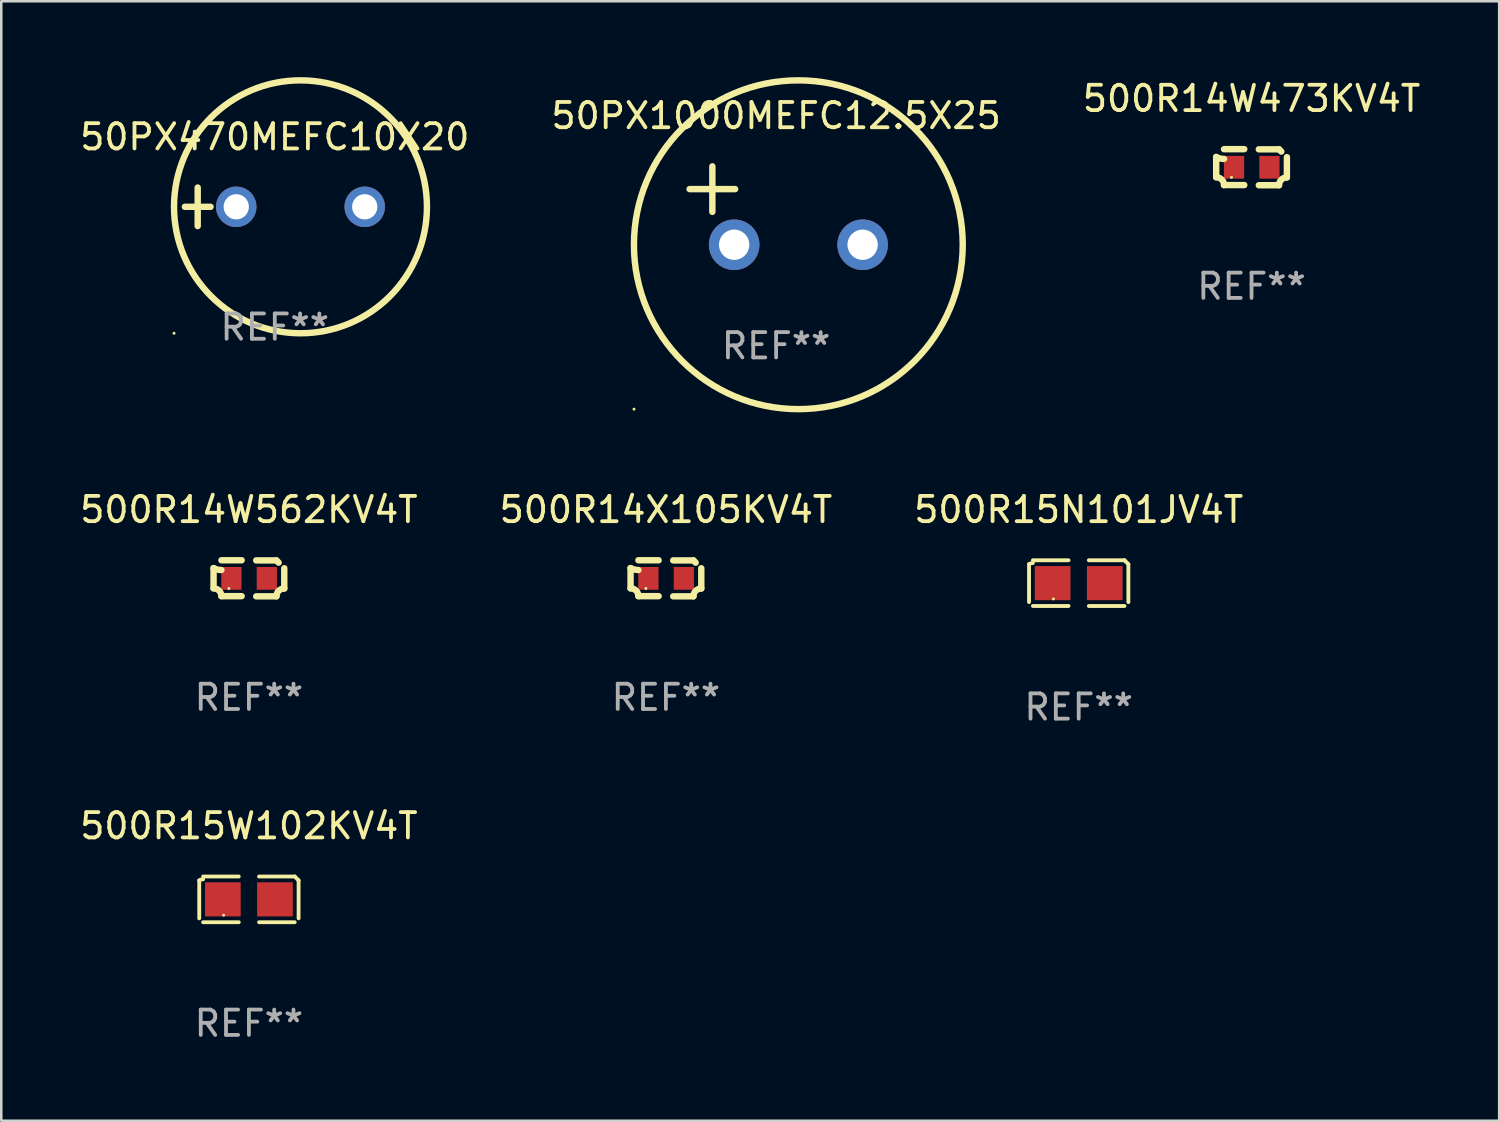
<source format=kicad_pcb>
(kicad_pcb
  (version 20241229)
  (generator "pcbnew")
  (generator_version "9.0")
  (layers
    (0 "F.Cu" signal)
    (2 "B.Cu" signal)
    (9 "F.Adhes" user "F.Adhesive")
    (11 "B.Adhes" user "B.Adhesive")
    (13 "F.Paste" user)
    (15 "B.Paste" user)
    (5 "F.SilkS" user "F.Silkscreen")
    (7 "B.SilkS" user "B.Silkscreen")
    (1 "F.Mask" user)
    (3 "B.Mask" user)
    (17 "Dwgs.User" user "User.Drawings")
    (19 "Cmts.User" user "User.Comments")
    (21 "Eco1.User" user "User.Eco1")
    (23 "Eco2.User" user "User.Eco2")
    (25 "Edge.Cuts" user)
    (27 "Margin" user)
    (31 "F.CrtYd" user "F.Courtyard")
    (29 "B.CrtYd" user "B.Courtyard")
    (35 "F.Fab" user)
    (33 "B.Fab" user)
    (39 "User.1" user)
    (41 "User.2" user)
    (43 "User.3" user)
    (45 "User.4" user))
  (footprint "500R15N101JV4T"
    (layer "F.Cu")
    (at 39.601 20.006)
    (property "Reference" "500R15N101JV4T" (at 0 -2.904 0) (layer "F.SilkS") (effects (font (size 1 1) (thickness 0.15))))
    (attr through_hole)
    (fp_line (start -1.964 0.751) (end -1.964 -0.751) (stroke (width 0.152) (type solid)) (layer "F.SilkS"))
    (fp_line (start -1.811 -0.904) (end -0.401 -0.904) (stroke (width 0.152) (type solid)) (layer "F.SilkS"))
    (fp_line (start -0.401 0.904) (end -1.811 0.904) (stroke (width 0.152) (type solid)) (layer "F.SilkS"))
    (fp_line (start 0.401 0.904) (end 1.811 0.904) (stroke (width 0.152) (type solid)) (layer "F.SilkS"))
    (fp_line (start 1.811 -0.904) (end 0.401 -0.904) (stroke (width 0.152) (type solid)) (layer "F.SilkS"))
    (fp_line (start 1.964 0.751) (end 1.964 -0.751) (stroke (width 0.152) (type solid)) (layer "F.SilkS"))
    (fp_arc (start -1.963602 -0.751207) (mid -1.890354 -0.783131) (end -1.811201 -0.794044) (stroke (width 0.1524) (type solid)) (layer "F.SilkS"))
    (fp_arc (start 1.811202 -0.903607) (mid 1.887413 -0.827418) (end 1.963602 -0.751207) (stroke (width 0.1524) (type solid)) (layer "F.SilkS"))
    (fp_circle (center -1 0.625) (end -0.97 0.625) (stroke (width 0.06) (type solid)) (fill no) (layer "F.SilkS"))
    (fp_text user "REF**" (at 0 4.904 0) (layer "F.Fab") (effects (font (size 1 1) (thickness 0.15))))
    (pad "1" smd rect (at -1.03 0) (size 1.41 1.35) (layers "F.Cu" "F.Mask" "F.Paste"))
    (pad "2" smd rect (at 1.03 0) (size 1.41 1.35) (layers "F.Cu" "F.Mask" "F.Paste")))
  (footprint "500R15W102KV4T"
    (layer "F.Cu")
    (at 6.792 32.51)
    (property "Reference" "500R15W102KV4T" (at 0 -2.904 0) (layer "F.SilkS") (effects (font (size 1 1) (thickness 0.15))))
    (attr through_hole)
    (fp_line (start -1.964 0.751) (end -1.964 -0.751) (stroke (width 0.152) (type solid)) (layer "F.SilkS"))
    (fp_line (start -1.811 -0.904) (end -0.401 -0.904) (stroke (width 0.152) (type solid)) (layer "F.SilkS"))
    (fp_line (start -0.401 0.904) (end -1.811 0.904) (stroke (width 0.152) (type solid)) (layer "F.SilkS"))
    (fp_line (start 0.401 0.904) (end 1.811 0.904) (stroke (width 0.152) (type solid)) (layer "F.SilkS"))
    (fp_line (start 1.811 -0.904) (end 0.401 -0.904) (stroke (width 0.152) (type solid)) (layer "F.SilkS"))
    (fp_line (start 1.964 0.751) (end 1.964 -0.751) (stroke (width 0.152) (type solid)) (layer "F.SilkS"))
    (fp_arc (start -1.963602 -0.751207) (mid -1.890354 -0.783131) (end -1.811201 -0.794044) (stroke (width 0.1524) (type solid)) (layer "F.SilkS"))
    (fp_arc (start 1.811202 -0.903607) (mid 1.887413 -0.827418) (end 1.963602 -0.751207) (stroke (width 0.1524) (type solid)) (layer "F.SilkS"))
    (fp_circle (center -1 0.625) (end -0.97 0.625) (stroke (width 0.06) (type solid)) (fill no) (layer "F.SilkS"))
    (fp_text user "REF**" (at 0 4.904 0) (layer "F.Fab") (effects (font (size 1 1) (thickness 0.15))))
    (pad "1" smd rect (at -1.03 0) (size 1.41 1.35) (layers "F.Cu" "F.Mask" "F.Paste"))
    (pad "2" smd rect (at 1.03 0) (size 1.41 1.35) (layers "F.Cu" "F.Mask" "F.Paste")))
  (footprint "500R14W562KV4T"
    (layer "F.Cu")
    (at 6.792 19.815)
    (property "Reference" "500R14W562KV4T" (at 0 -2.713 0) (layer "F.SilkS") (effects (font (size 1 1) (thickness 0.15))))
    (attr through_hole)
    (fp_line (start -1.398 -0.403) (end -1.398 0.397) (stroke (width 0.254) (type solid)) (layer "F.SilkS"))
    (fp_line (start -0.288 -0.713) (end -1.088 -0.713) (stroke (width 0.254) (type solid)) (layer "F.SilkS"))
    (fp_line (start -0.288 0.707) (end -1.088 0.707) (stroke (width 0.254) (type solid)) (layer "F.SilkS"))
    (fp_line (start 0.288 -0.707) (end 1.088 -0.707) (stroke (width 0.254) (type solid)) (layer "F.SilkS"))
    (fp_line (start 0.288 0.713) (end 1.088 0.713) (stroke (width 0.254) (type solid)) (layer "F.SilkS"))
    (fp_line (start 1.398 -0.397) (end 1.398 0.403) (stroke (width 0.254) (type solid)) (layer "F.SilkS"))
    (fp_arc (start -1.397789 0.397066) (mid -1.178701 0.487826) (end -1.08796 0.706922) (stroke (width 0.254001) (type solid)) (layer "F.SilkS"))
    (fp_arc (start -1.08796 -0.327176) (mid -1.247436 -0.346384) (end -1.39779 -0.402908) (stroke (width 0.254001) (type solid)) (layer "F.SilkS"))
    (fp_arc (start 1.087909 0.712738) (mid 1.178656 0.493655) (end 1.397739 0.402908) (stroke (width 0.254001) (type solid)) (layer "F.SilkS"))
    (fp_arc (start 1.175925 -0.618926) (mid 1.131917 -0.662923) (end 1.08791 -0.706922) (stroke (width 0.254001) (type solid)) (layer "F.SilkS"))
    (fp_circle (center -0.792 0.403) (end -0.762 0.403) (stroke (width 0.06) (type solid)) (fill no) (layer "F.SilkS"))
    (fp_text user "REF**" (at 0 4.713 0) (layer "F.Fab") (effects (font (size 1 1) (thickness 0.15))))
    (pad "1" smd rect (at -0.692 0.003) (size 0.8 0.9) (layers "F.Cu" "F.Mask" "F.Paste"))
    (pad "2" smd rect (at 0.708 0.003) (size 0.8 0.9) (layers "F.Cu" "F.Mask" "F.Paste")))
  (footprint "50PX1000MEFC12.5X25"
    (layer "F.Cu")
    (at 27.637 5.077)
    (property "Reference" "50PX1000MEFC12.5X25" (at 0 -3.55 0) (layer "F.SilkS") (effects (font (size 1 1) (thickness 0.15))))
    (attr through_hole)
    (fp_line (start -3.421 -0.65) (end -1.621 -0.65) (stroke (width 0.254) (type solid)) (layer "F.SilkS"))
    (fp_line (start -2.521 -1.55) (end -2.521 0.25) (stroke (width 0.254) (type solid)) (layer "F.SilkS"))
    (fp_circle (center -5.619 8.05) (end -5.589 8.05) (stroke (width 0.06) (type solid)) (fill no) (layer "F.SilkS"))
    (fp_circle (center 0.879 1.55) (end 7.379 1.55) (stroke (width 0.254) (type solid)) (fill no) (layer "F.SilkS"))
    (fp_text user "REF**" (at 0 5.55 0) (layer "F.Fab") (effects (font (size 1 1) (thickness 0.15))))
    (pad "1" thru_hole circle (at -1.659 1.55) (size 2 2) (drill 1.2) (layers "*.Cu" "*.Mask"))
    (pad "2" thru_hole circle (at 3.421 1.55) (size 2 2) (drill 1.2) (layers "*.Cu" "*.Mask")))
  (footprint "500R14W473KV4T"
    (layer "F.Cu")
    (at 46.435 3.561)
    (property "Reference" "500R14W473KV4T" (at 0 -2.713 0) (layer "F.SilkS") (effects (font (size 1 1) (thickness 0.15))))
    (attr through_hole)
    (fp_line (start -1.398 -0.403) (end -1.398 0.397) (stroke (width 0.254) (type solid)) (layer "F.SilkS"))
    (fp_line (start -0.288 -0.713) (end -1.088 -0.713) (stroke (width 0.254) (type solid)) (layer "F.SilkS"))
    (fp_line (start -0.288 0.707) (end -1.088 0.707) (stroke (width 0.254) (type solid)) (layer "F.SilkS"))
    (fp_line (start 0.288 -0.707) (end 1.088 -0.707) (stroke (width 0.254) (type solid)) (layer "F.SilkS"))
    (fp_line (start 0.288 0.713) (end 1.088 0.713) (stroke (width 0.254) (type solid)) (layer "F.SilkS"))
    (fp_line (start 1.398 -0.397) (end 1.398 0.403) (stroke (width 0.254) (type solid)) (layer "F.SilkS"))
    (fp_arc (start -1.397789 0.397066) (mid -1.178701 0.487826) (end -1.08796 0.706922) (stroke (width 0.254001) (type solid)) (layer "F.SilkS"))
    (fp_arc (start -1.08796 -0.327176) (mid -1.247436 -0.346384) (end -1.39779 -0.402908) (stroke (width 0.254001) (type solid)) (layer "F.SilkS"))
    (fp_arc (start 1.087909 0.712738) (mid 1.178656 0.493655) (end 1.397739 0.402908) (stroke (width 0.254001) (type solid)) (layer "F.SilkS"))
    (fp_arc (start 1.175925 -0.618926) (mid 1.131917 -0.662923) (end 1.08791 -0.706922) (stroke (width 0.254001) (type solid)) (layer "F.SilkS"))
    (fp_circle (center -0.792 0.403) (end -0.762 0.403) (stroke (width 0.06) (type solid)) (fill no) (layer "F.SilkS"))
    (fp_text user "REF**" (at 0 4.713 0) (layer "F.Fab") (effects (font (size 1 1) (thickness 0.15))))
    (pad "1" smd rect (at -0.692 0.003) (size 0.8 0.9) (layers "F.Cu" "F.Mask" "F.Paste"))
    (pad "2" smd rect (at 0.708 0.003) (size 0.8 0.9) (layers "F.Cu" "F.Mask" "F.Paste")))
  (footprint "50PX470MEFC10X20"
    (layer "F.Cu")
    (at 7.815 5.127)
    (property "Reference" "50PX470MEFC10X20" (at 0 -2.762 0) (layer "F.SilkS") (effects (font (size 1 1) (thickness 0.15))))
    (attr through_hole)
    (fp_line (start -3.556 0) (end -2.54 0) (stroke (width 0.254) (type solid)) (layer "F.SilkS"))
    (fp_line (start -3.048 -0.762) (end -3.048 0.762) (stroke (width 0.254) (type solid)) (layer "F.SilkS"))
    (fp_circle (center -3.984 5) (end -3.954 5) (stroke (width 0.06) (type solid)) (fill no) (layer "F.SilkS"))
    (fp_circle (center 1.016 0) (end 6.016 0) (stroke (width 0.254) (type solid)) (fill no) (layer "F.SilkS"))
    (fp_text user "REF**" (at 0 4.762 0) (layer "F.Fab") (effects (font (size 1 1) (thickness 0.15))))
    (pad "1" thru_hole circle (at -1.524 0) (size 1.6 1.6) (drill 1) (layers "*.Cu" "*.Mask"))
    (pad "2" thru_hole circle (at 3.556 0) (size 1.6 1.6) (drill 1) (layers "*.Cu" "*.Mask")))
  (footprint "500R14X105KV4T"
    (layer "F.Cu")
    (at 23.28 19.815)
    (property "Reference" "500R14X105KV4T" (at 0 -2.713 0) (layer "F.SilkS") (effects (font (size 1 1) (thickness 0.15))))
    (attr through_hole)
    (fp_line (start -1.398 -0.403) (end -1.398 0.397) (stroke (width 0.254) (type solid)) (layer "F.SilkS"))
    (fp_line (start -0.288 -0.713) (end -1.088 -0.713) (stroke (width 0.254) (type solid)) (layer "F.SilkS"))
    (fp_line (start -0.288 0.707) (end -1.088 0.707) (stroke (width 0.254) (type solid)) (layer "F.SilkS"))
    (fp_line (start 0.288 -0.707) (end 1.088 -0.707) (stroke (width 0.254) (type solid)) (layer "F.SilkS"))
    (fp_line (start 0.288 0.713) (end 1.088 0.713) (stroke (width 0.254) (type solid)) (layer "F.SilkS"))
    (fp_line (start 1.398 -0.397) (end 1.398 0.403) (stroke (width 0.254) (type solid)) (layer "F.SilkS"))
    (fp_arc (start -1.397789 0.397066) (mid -1.178701 0.487826) (end -1.08796 0.706922) (stroke (width 0.254001) (type solid)) (layer "F.SilkS"))
    (fp_arc (start -1.08796 -0.327176) (mid -1.247436 -0.346384) (end -1.39779 -0.402908) (stroke (width 0.254001) (type solid)) (layer "F.SilkS"))
    (fp_arc (start 1.087909 0.712738) (mid 1.178656 0.493655) (end 1.397739 0.402908) (stroke (width 0.254001) (type solid)) (layer "F.SilkS"))
    (fp_arc (start 1.175925 -0.618926) (mid 1.131917 -0.662923) (end 1.08791 -0.706922) (stroke (width 0.254001) (type solid)) (layer "F.SilkS"))
    (fp_circle (center -0.792 0.403) (end -0.762 0.403) (stroke (width 0.06) (type solid)) (fill no) (layer "F.SilkS"))
    (fp_text user "REF**" (at 0 4.713 0) (layer "F.Fab") (effects (font (size 1 1) (thickness 0.15))))
    (pad "1" smd rect (at -0.692 0.003) (size 0.8 0.9) (layers "F.Cu" "F.Mask" "F.Paste"))
    (pad "2" smd rect (at 0.708 0.003) (size 0.8 0.9) (layers "F.Cu" "F.Mask" "F.Paste")))
  (gr_rect
    (start -3 -3)
    (end 56.226 41.262)
    (stroke (width 0.1) (type default))
    (fill no)
    (layer "Edge.Cuts")))
</source>
